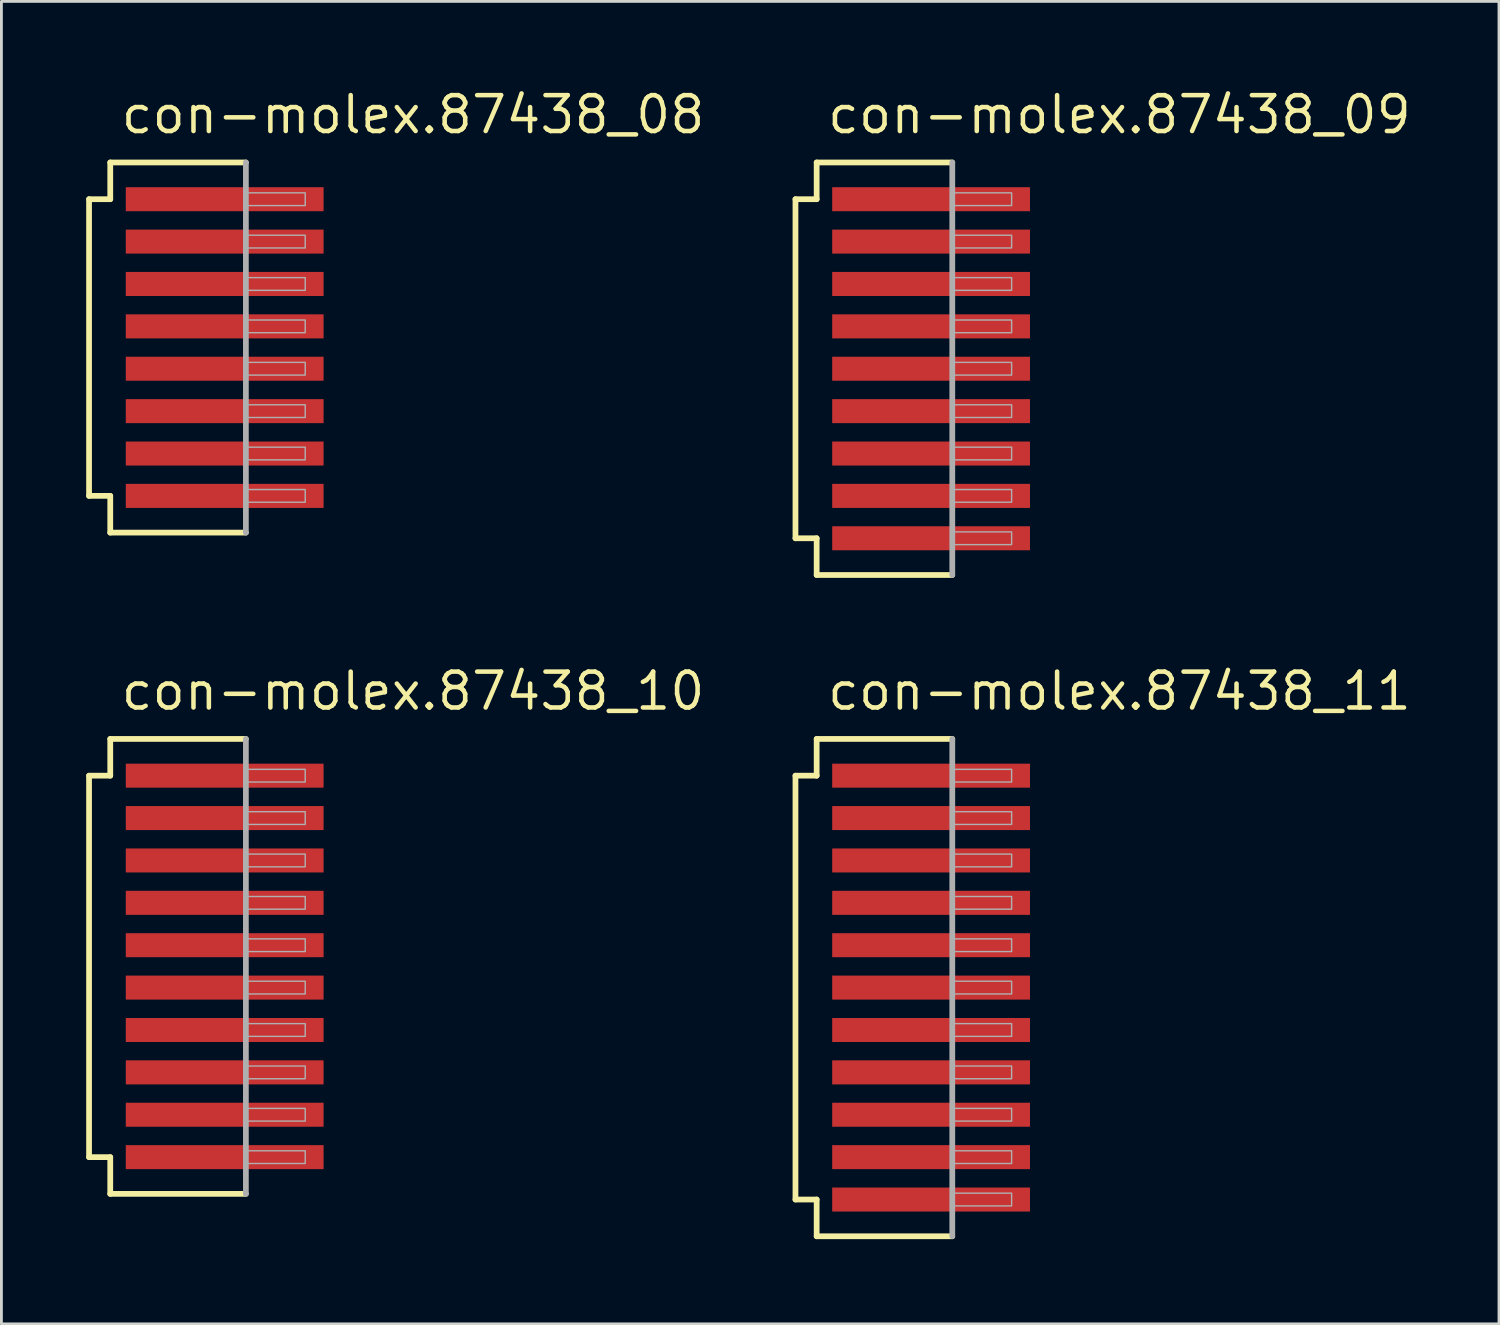
<source format=kicad_pcb>
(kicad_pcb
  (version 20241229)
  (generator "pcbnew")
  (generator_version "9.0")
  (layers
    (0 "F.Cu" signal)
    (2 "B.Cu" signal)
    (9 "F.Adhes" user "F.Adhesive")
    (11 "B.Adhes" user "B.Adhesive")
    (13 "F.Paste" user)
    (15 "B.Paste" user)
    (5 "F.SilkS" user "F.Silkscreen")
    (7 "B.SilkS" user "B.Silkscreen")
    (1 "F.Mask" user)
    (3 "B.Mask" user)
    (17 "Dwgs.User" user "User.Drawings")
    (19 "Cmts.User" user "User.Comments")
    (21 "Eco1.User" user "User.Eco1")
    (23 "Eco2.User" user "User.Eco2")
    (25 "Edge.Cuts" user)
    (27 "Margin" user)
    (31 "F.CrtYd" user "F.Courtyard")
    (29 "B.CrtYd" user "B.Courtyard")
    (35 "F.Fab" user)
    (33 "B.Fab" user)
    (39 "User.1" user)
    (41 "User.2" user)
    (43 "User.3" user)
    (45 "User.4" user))
  (footprint "con-molex.87438_08"
    (layer "F.Cu")
    (at 4.902 9.25)
    (property "Reference" "con-molex.87438_08" (at -3.75 -7.5 0) (layer "F.SilkS") (effects (font (size 1.27 1.27) (thickness 0.16)) (justify left bottom)))
    (attr smd)
    (fp_line (start -4.8 -5.25) (end -4.05 -5.25) (stroke (width 0.203) (type default)) (layer "F.SilkS"))
    (fp_line (start -4.8 5.25) (end -4.8 -5.25) (stroke (width 0.203) (type default)) (layer "F.SilkS"))
    (fp_line (start -4.05 -6.55) (end 0.75 -6.55) (stroke (width 0.203) (type default)) (layer "F.SilkS"))
    (fp_line (start -4.05 -5.25) (end -4.05 -6.55) (stroke (width 0.203) (type default)) (layer "F.SilkS"))
    (fp_line (start -4.05 5.25) (end -4.8 5.25) (stroke (width 0.203) (type default)) (layer "F.SilkS"))
    (fp_line (start -4.05 6.55) (end -4.05 5.25) (stroke (width 0.203) (type default)) (layer "F.SilkS"))
    (fp_line (start 0.75 6.55) (end -4.05 6.55) (stroke (width 0.203) (type default)) (layer "F.SilkS"))
    (fp_line (start 0.75 -6.55) (end 0.75 6.55) (stroke (width 0.203) (type default)) (layer "F.Fab"))
    (fp_rect (start 0.8 -5.025) (end 2.85 -5.475) (stroke (width 0.05) (type default)) (fill no) (layer "F.Fab"))
    (fp_rect (start 0.8 -3.525) (end 2.85 -3.975) (stroke (width 0.05) (type default)) (fill no) (layer "F.Fab"))
    (fp_rect (start 0.8 -2.025) (end 2.85 -2.475) (stroke (width 0.05) (type default)) (fill no) (layer "F.Fab"))
    (fp_rect (start 0.8 -0.525) (end 2.85 -0.975) (stroke (width 0.05) (type default)) (fill no) (layer "F.Fab"))
    (fp_rect (start 0.8 0.975) (end 2.85 0.525) (stroke (width 0.05) (type default)) (fill no) (layer "F.Fab"))
    (fp_rect (start 0.8 2.475) (end 2.85 2.025) (stroke (width 0.05) (type default)) (fill no) (layer "F.Fab"))
    (fp_rect (start 0.8 3.975) (end 2.85 3.525) (stroke (width 0.05) (type default)) (fill no) (layer "F.Fab"))
    (fp_rect (start 0.8 5.475) (end 2.85 5.025) (stroke (width 0.05) (type default)) (fill no) (layer "F.Fab"))
    (pad "1" smd roundrect (at 0 -5.25) (size 7 0.85) (layers "F.Cu" "F.Mask" "F.Paste") (roundrect_rratio 0.01))
    (pad "2" smd roundrect (at 0 -3.75) (size 7 0.85) (layers "F.Cu" "F.Mask" "F.Paste") (roundrect_rratio 0.01))
    (pad "3" smd roundrect (at 0 -2.25) (size 7 0.85) (layers "F.Cu" "F.Mask" "F.Paste") (roundrect_rratio 0.01))
    (pad "4" smd roundrect (at 0 -0.75) (size 7 0.85) (layers "F.Cu" "F.Mask" "F.Paste") (roundrect_rratio 0.01))
    (pad "5" smd roundrect (at 0 0.75) (size 7 0.85) (layers "F.Cu" "F.Mask" "F.Paste") (roundrect_rratio 0.01))
    (pad "6" smd roundrect (at 0 2.25) (size 7 0.85) (layers "F.Cu" "F.Mask" "F.Paste") (roundrect_rratio 0.01))
    (pad "7" smd roundrect (at 0 3.75) (size 7 0.85) (layers "F.Cu" "F.Mask" "F.Paste") (roundrect_rratio 0.01))
    (pad "8" smd roundrect (at 0 5.25) (size 7 0.85) (layers "F.Cu" "F.Mask" "F.Paste") (roundrect_rratio 0.01)))
  (footprint "con-molex.87438_10"
    (layer "F.Cu")
    (at 4.902 31.152)
    (property "Reference" "con-molex.87438_10" (at -3.75 -9 0) (layer "F.SilkS") (effects (font (size 1.27 1.27) (thickness 0.16)) (justify left bottom)))
    (attr smd)
    (fp_line (start -4.8 -6.75) (end -4.05 -6.75) (stroke (width 0.203) (type default)) (layer "F.SilkS"))
    (fp_line (start -4.8 6.75) (end -4.8 -6.75) (stroke (width 0.203) (type default)) (layer "F.SilkS"))
    (fp_line (start -4.05 -8.05) (end 0.75 -8.05) (stroke (width 0.203) (type default)) (layer "F.SilkS"))
    (fp_line (start -4.05 -6.75) (end -4.05 -8.05) (stroke (width 0.203) (type default)) (layer "F.SilkS"))
    (fp_line (start -4.05 6.75) (end -4.8 6.75) (stroke (width 0.203) (type default)) (layer "F.SilkS"))
    (fp_line (start -4.05 8.05) (end -4.05 6.75) (stroke (width 0.203) (type default)) (layer "F.SilkS"))
    (fp_line (start 0.75 8.05) (end -4.05 8.05) (stroke (width 0.203) (type default)) (layer "F.SilkS"))
    (fp_line (start 0.75 -8.05) (end 0.75 8.05) (stroke (width 0.203) (type default)) (layer "F.Fab"))
    (fp_rect (start 0.8 -6.525) (end 2.85 -6.975) (stroke (width 0.05) (type default)) (fill no) (layer "F.Fab"))
    (fp_rect (start 0.8 -5.025) (end 2.85 -5.475) (stroke (width 0.05) (type default)) (fill no) (layer "F.Fab"))
    (fp_rect (start 0.8 -3.525) (end 2.85 -3.975) (stroke (width 0.05) (type default)) (fill no) (layer "F.Fab"))
    (fp_rect (start 0.8 -2.025) (end 2.85 -2.475) (stroke (width 0.05) (type default)) (fill no) (layer "F.Fab"))
    (fp_rect (start 0.8 -0.525) (end 2.85 -0.975) (stroke (width 0.05) (type default)) (fill no) (layer "F.Fab"))
    (fp_rect (start 0.8 0.975) (end 2.85 0.525) (stroke (width 0.05) (type default)) (fill no) (layer "F.Fab"))
    (fp_rect (start 0.8 2.475) (end 2.85 2.025) (stroke (width 0.05) (type default)) (fill no) (layer "F.Fab"))
    (fp_rect (start 0.8 3.975) (end 2.85 3.525) (stroke (width 0.05) (type default)) (fill no) (layer "F.Fab"))
    (fp_rect (start 0.8 5.475) (end 2.85 5.025) (stroke (width 0.05) (type default)) (fill no) (layer "F.Fab"))
    (fp_rect (start 0.8 6.975) (end 2.85 6.525) (stroke (width 0.05) (type default)) (fill no) (layer "F.Fab"))
    (pad "1" smd roundrect (at 0 -6.75) (size 7 0.85) (layers "F.Cu" "F.Mask" "F.Paste") (roundrect_rratio 0.01))
    (pad "2" smd roundrect (at 0 -5.25) (size 7 0.85) (layers "F.Cu" "F.Mask" "F.Paste") (roundrect_rratio 0.01))
    (pad "3" smd roundrect (at 0 -3.75) (size 7 0.85) (layers "F.Cu" "F.Mask" "F.Paste") (roundrect_rratio 0.01))
    (pad "4" smd roundrect (at 0 -2.25) (size 7 0.85) (layers "F.Cu" "F.Mask" "F.Paste") (roundrect_rratio 0.01))
    (pad "5" smd roundrect (at 0 -0.75) (size 7 0.85) (layers "F.Cu" "F.Mask" "F.Paste") (roundrect_rratio 0.01))
    (pad "6" smd roundrect (at 0 0.75) (size 7 0.85) (layers "F.Cu" "F.Mask" "F.Paste") (roundrect_rratio 0.01))
    (pad "7" smd roundrect (at 0 2.25) (size 7 0.85) (layers "F.Cu" "F.Mask" "F.Paste") (roundrect_rratio 0.01))
    (pad "8" smd roundrect (at 0 3.75) (size 7 0.85) (layers "F.Cu" "F.Mask" "F.Paste") (roundrect_rratio 0.01))
    (pad "9" smd roundrect (at 0 5.25) (size 7 0.85) (layers "F.Cu" "F.Mask" "F.Paste") (roundrect_rratio 0.01))
    (pad "10" smd roundrect (at 0 6.75) (size 7 0.85) (layers "F.Cu" "F.Mask" "F.Paste") (roundrect_rratio 0.01)))
  (footprint "con-molex.87438_11"
    (layer "F.Cu")
    (at 29.902 31.902)
    (property "Reference" "con-molex.87438_11" (at -3.75 -9.75 0) (layer "F.SilkS") (effects (font (size 1.27 1.27) (thickness 0.16)) (justify left bottom)))
    (attr smd)
    (fp_line (start -4.8 -7.5) (end -4.05 -7.5) (stroke (width 0.203) (type default)) (layer "F.SilkS"))
    (fp_line (start -4.8 7.5) (end -4.8 -7.5) (stroke (width 0.203) (type default)) (layer "F.SilkS"))
    (fp_line (start -4.05 -8.8) (end 0.75 -8.8) (stroke (width 0.203) (type default)) (layer "F.SilkS"))
    (fp_line (start -4.05 -7.5) (end -4.05 -8.8) (stroke (width 0.203) (type default)) (layer "F.SilkS"))
    (fp_line (start -4.05 7.5) (end -4.8 7.5) (stroke (width 0.203) (type default)) (layer "F.SilkS"))
    (fp_line (start -4.05 8.8) (end -4.05 7.5) (stroke (width 0.203) (type default)) (layer "F.SilkS"))
    (fp_line (start 0.75 8.8) (end -4.05 8.8) (stroke (width 0.203) (type default)) (layer "F.SilkS"))
    (fp_line (start 0.75 -8.8) (end 0.75 8.8) (stroke (width 0.203) (type default)) (layer "F.Fab"))
    (fp_rect (start 0.8 -7.275) (end 2.85 -7.725) (stroke (width 0.05) (type default)) (fill no) (layer "F.Fab"))
    (fp_rect (start 0.8 -5.775) (end 2.85 -6.225) (stroke (width 0.05) (type default)) (fill no) (layer "F.Fab"))
    (fp_rect (start 0.8 -4.275) (end 2.85 -4.725) (stroke (width 0.05) (type default)) (fill no) (layer "F.Fab"))
    (fp_rect (start 0.8 -2.775) (end 2.85 -3.225) (stroke (width 0.05) (type default)) (fill no) (layer "F.Fab"))
    (fp_rect (start 0.8 -1.275) (end 2.85 -1.725) (stroke (width 0.05) (type default)) (fill no) (layer "F.Fab"))
    (fp_rect (start 0.8 0.225) (end 2.85 -0.225) (stroke (width 0.05) (type default)) (fill no) (layer "F.Fab"))
    (fp_rect (start 0.8 1.725) (end 2.85 1.275) (stroke (width 0.05) (type default)) (fill no) (layer "F.Fab"))
    (fp_rect (start 0.8 3.225) (end 2.85 2.775) (stroke (width 0.05) (type default)) (fill no) (layer "F.Fab"))
    (fp_rect (start 0.8 4.725) (end 2.85 4.275) (stroke (width 0.05) (type default)) (fill no) (layer "F.Fab"))
    (fp_rect (start 0.8 6.225) (end 2.85 5.775) (stroke (width 0.05) (type default)) (fill no) (layer "F.Fab"))
    (fp_rect (start 0.8 7.725) (end 2.85 7.275) (stroke (width 0.05) (type default)) (fill no) (layer "F.Fab"))
    (pad "1" smd roundrect (at 0 -7.5) (size 7 0.85) (layers "F.Cu" "F.Mask" "F.Paste") (roundrect_rratio 0.01))
    (pad "2" smd roundrect (at 0 -6) (size 7 0.85) (layers "F.Cu" "F.Mask" "F.Paste") (roundrect_rratio 0.01))
    (pad "3" smd roundrect (at 0 -4.5) (size 7 0.85) (layers "F.Cu" "F.Mask" "F.Paste") (roundrect_rratio 0.01))
    (pad "4" smd roundrect (at 0 -3) (size 7 0.85) (layers "F.Cu" "F.Mask" "F.Paste") (roundrect_rratio 0.01))
    (pad "5" smd roundrect (at 0 -1.5) (size 7 0.85) (layers "F.Cu" "F.Mask" "F.Paste") (roundrect_rratio 0.01))
    (pad "6" smd roundrect (at 0 0) (size 7 0.85) (layers "F.Cu" "F.Mask" "F.Paste") (roundrect_rratio 0.01))
    (pad "7" smd roundrect (at 0 1.5) (size 7 0.85) (layers "F.Cu" "F.Mask" "F.Paste") (roundrect_rratio 0.01))
    (pad "8" smd roundrect (at 0 3) (size 7 0.85) (layers "F.Cu" "F.Mask" "F.Paste") (roundrect_rratio 0.01))
    (pad "9" smd roundrect (at 0 4.5) (size 7 0.85) (layers "F.Cu" "F.Mask" "F.Paste") (roundrect_rratio 0.01))
    (pad "10" smd roundrect (at 0 6) (size 7 0.85) (layers "F.Cu" "F.Mask" "F.Paste") (roundrect_rratio 0.01))
    (pad "11" smd roundrect (at 0 7.5) (size 7 0.85) (layers "F.Cu" "F.Mask" "F.Paste") (roundrect_rratio 0.01)))
  (footprint "con-molex.87438_09"
    (layer "F.Cu")
    (at 29.902 10)
    (property "Reference" "con-molex.87438_09" (at -3.75 -8.25 0) (layer "F.SilkS") (effects (font (size 1.27 1.27) (thickness 0.16)) (justify left bottom)))
    (attr smd)
    (fp_line (start -4.8 -6) (end -4.05 -6) (stroke (width 0.203) (type default)) (layer "F.SilkS"))
    (fp_line (start -4.8 6) (end -4.8 -6) (stroke (width 0.203) (type default)) (layer "F.SilkS"))
    (fp_line (start -4.05 -7.3) (end 0.75 -7.3) (stroke (width 0.203) (type default)) (layer "F.SilkS"))
    (fp_line (start -4.05 -6) (end -4.05 -7.3) (stroke (width 0.203) (type default)) (layer "F.SilkS"))
    (fp_line (start -4.05 6) (end -4.8 6) (stroke (width 0.203) (type default)) (layer "F.SilkS"))
    (fp_line (start -4.05 7.3) (end -4.05 6) (stroke (width 0.203) (type default)) (layer "F.SilkS"))
    (fp_line (start 0.75 7.3) (end -4.05 7.3) (stroke (width 0.203) (type default)) (layer "F.SilkS"))
    (fp_line (start 0.75 -7.3) (end 0.75 7.3) (stroke (width 0.203) (type default)) (layer "F.Fab"))
    (fp_rect (start 0.8 -5.775) (end 2.85 -6.225) (stroke (width 0.05) (type default)) (fill no) (layer "F.Fab"))
    (fp_rect (start 0.8 -4.275) (end 2.85 -4.725) (stroke (width 0.05) (type default)) (fill no) (layer "F.Fab"))
    (fp_rect (start 0.8 -2.775) (end 2.85 -3.225) (stroke (width 0.05) (type default)) (fill no) (layer "F.Fab"))
    (fp_rect (start 0.8 -1.275) (end 2.85 -1.725) (stroke (width 0.05) (type default)) (fill no) (layer "F.Fab"))
    (fp_rect (start 0.8 0.225) (end 2.85 -0.225) (stroke (width 0.05) (type default)) (fill no) (layer "F.Fab"))
    (fp_rect (start 0.8 1.725) (end 2.85 1.275) (stroke (width 0.05) (type default)) (fill no) (layer "F.Fab"))
    (fp_rect (start 0.8 3.225) (end 2.85 2.775) (stroke (width 0.05) (type default)) (fill no) (layer "F.Fab"))
    (fp_rect (start 0.8 4.725) (end 2.85 4.275) (stroke (width 0.05) (type default)) (fill no) (layer "F.Fab"))
    (fp_rect (start 0.8 6.225) (end 2.85 5.775) (stroke (width 0.05) (type default)) (fill no) (layer "F.Fab"))
    (pad "1" smd roundrect (at 0 -6) (size 7 0.85) (layers "F.Cu" "F.Mask" "F.Paste") (roundrect_rratio 0.01))
    (pad "2" smd roundrect (at 0 -4.5) (size 7 0.85) (layers "F.Cu" "F.Mask" "F.Paste") (roundrect_rratio 0.01))
    (pad "3" smd roundrect (at 0 -3) (size 7 0.85) (layers "F.Cu" "F.Mask" "F.Paste") (roundrect_rratio 0.01))
    (pad "4" smd roundrect (at 0 -1.5) (size 7 0.85) (layers "F.Cu" "F.Mask" "F.Paste") (roundrect_rratio 0.01))
    (pad "5" smd roundrect (at 0 0) (size 7 0.85) (layers "F.Cu" "F.Mask" "F.Paste") (roundrect_rratio 0.01))
    (pad "6" smd roundrect (at 0 1.5) (size 7 0.85) (layers "F.Cu" "F.Mask" "F.Paste") (roundrect_rratio 0.01))
    (pad "7" smd roundrect (at 0 3) (size 7 0.85) (layers "F.Cu" "F.Mask" "F.Paste") (roundrect_rratio 0.01))
    (pad "8" smd roundrect (at 0 4.5) (size 7 0.85) (layers "F.Cu" "F.Mask" "F.Paste") (roundrect_rratio 0.01))
    (pad "9" smd roundrect (at 0 6) (size 7 0.85) (layers "F.Cu" "F.Mask" "F.Paste") (roundrect_rratio 0.01)))
  (gr_rect
    (start -3 -3)
    (end 50 43.803)
    (stroke (width 0.1) (type default))
    (fill no)
    (layer "Edge.Cuts")))
</source>
